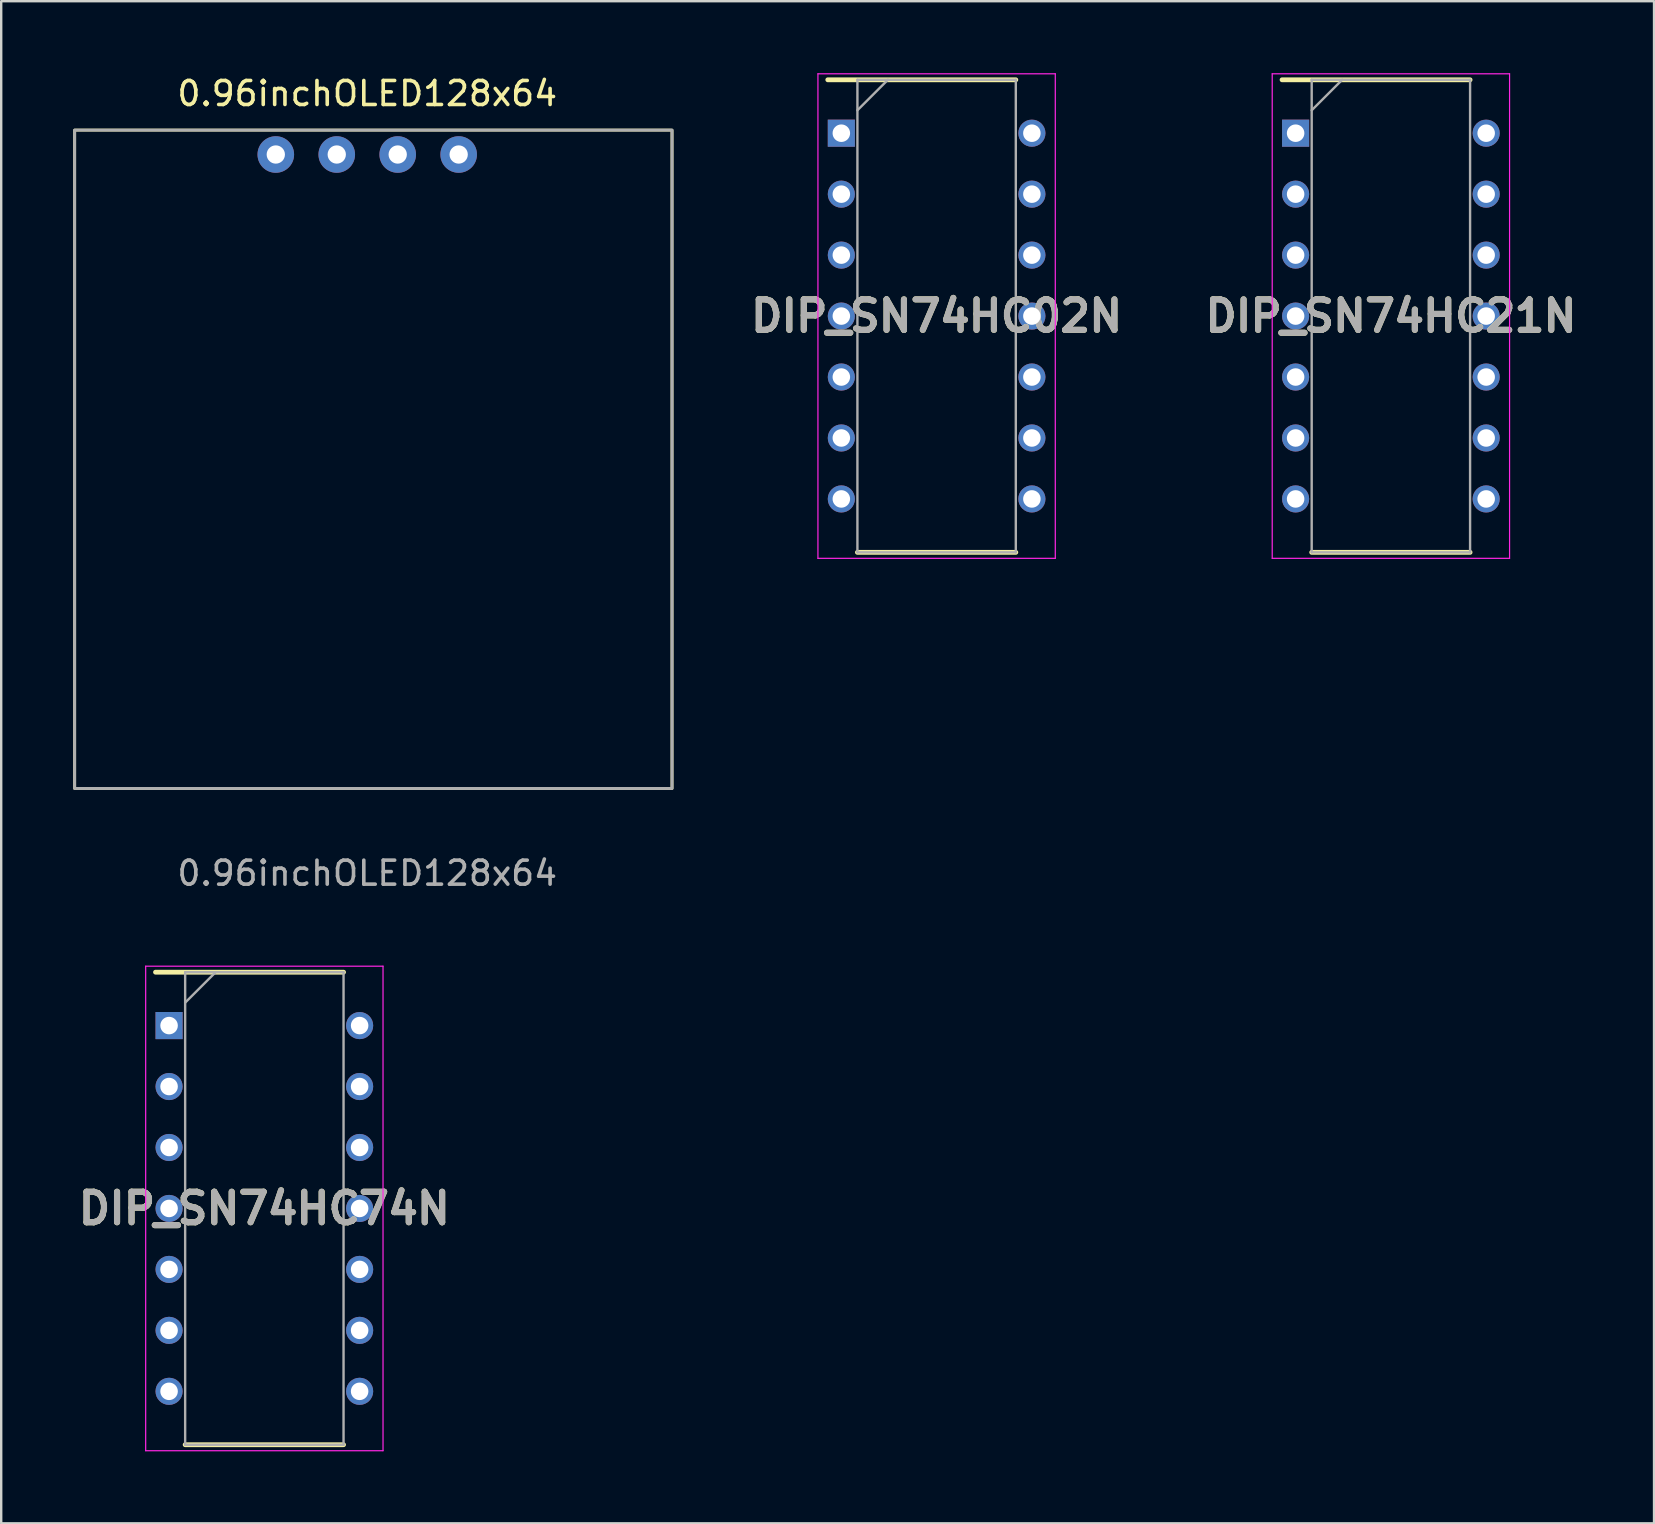
<source format=kicad_pcb>
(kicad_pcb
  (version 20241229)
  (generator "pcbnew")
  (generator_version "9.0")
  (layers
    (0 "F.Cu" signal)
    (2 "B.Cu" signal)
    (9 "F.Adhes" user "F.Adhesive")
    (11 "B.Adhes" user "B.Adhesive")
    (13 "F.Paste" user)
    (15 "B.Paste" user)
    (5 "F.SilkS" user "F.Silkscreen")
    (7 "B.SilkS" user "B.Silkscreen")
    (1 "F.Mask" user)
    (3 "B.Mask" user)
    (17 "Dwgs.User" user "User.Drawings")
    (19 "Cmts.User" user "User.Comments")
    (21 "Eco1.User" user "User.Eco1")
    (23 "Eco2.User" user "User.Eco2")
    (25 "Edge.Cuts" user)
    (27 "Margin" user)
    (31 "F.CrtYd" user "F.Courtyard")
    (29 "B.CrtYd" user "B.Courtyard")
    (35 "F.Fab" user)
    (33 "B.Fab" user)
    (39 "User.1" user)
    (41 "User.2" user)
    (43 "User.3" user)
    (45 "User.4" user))
  (footprint "DIP_SN74HC02N"
    (layer "F.Cu")
    (at 35.977 10.12)
    (property "Reference" "DIP_SN74HC02N" (at 0 0 0) (layer "F.SilkS") (effects (font (size 1.27 1.27) (thickness 0.254))))
    (attr through_hole)
    (fp_line (start -4.535 -9.845) (end 3.3 -9.845) (stroke (width 0.2) (type solid)) (layer "F.SilkS"))
    (fp_line (start -3.3 9.845) (end 3.3 9.845) (stroke (width 0.2) (type solid)) (layer "F.SilkS"))
    (fp_line (start -4.945 -10.095) (end 4.945 -10.095) (stroke (width 0.05) (type solid)) (layer "F.CrtYd"))
    (fp_line (start -4.945 10.095) (end -4.945 -10.095) (stroke (width 0.05) (type solid)) (layer "F.CrtYd"))
    (fp_line (start 4.945 -10.095) (end 4.945 10.095) (stroke (width 0.05) (type solid)) (layer "F.CrtYd"))
    (fp_line (start 4.945 10.095) (end -4.945 10.095) (stroke (width 0.05) (type solid)) (layer "F.CrtYd"))
    (fp_line (start -3.3 -9.845) (end 3.3 -9.845) (stroke (width 0.1) (type solid)) (layer "F.Fab"))
    (fp_line (start -3.3 -8.575) (end -2.03 -9.845) (stroke (width 0.1) (type solid)) (layer "F.Fab"))
    (fp_line (start -3.3 9.845) (end -3.3 -9.845) (stroke (width 0.1) (type solid)) (layer "F.Fab"))
    (fp_line (start 3.3 -9.845) (end 3.3 9.845) (stroke (width 0.1) (type solid)) (layer "F.Fab"))
    (fp_line (start 3.3 9.845) (end -3.3 9.845) (stroke (width 0.1) (type solid)) (layer "F.Fab"))
    (fp_text user "${REFERENCE}" (at 0 0 0) (layer "F.Fab") (effects (font (size 1.27 1.27) (thickness 0.254))))
    (pad "1" thru_hole rect (at -3.97 -7.62) (size 1.13 1.13) (drill 0.73) (layers "*.Cu" "*.Mask"))
    (pad "2" thru_hole circle (at -3.97 -5.08) (size 1.13 1.13) (drill 0.73) (layers "*.Cu" "*.Mask"))
    (pad "3" thru_hole circle (at -3.97 -2.54) (size 1.13 1.13) (drill 0.73) (layers "*.Cu" "*.Mask"))
    (pad "4" thru_hole circle (at -3.97 0) (size 1.13 1.13) (drill 0.73) (layers "*.Cu" "*.Mask"))
    (pad "5" thru_hole circle (at -3.97 2.54) (size 1.13 1.13) (drill 0.73) (layers "*.Cu" "*.Mask"))
    (pad "6" thru_hole circle (at -3.97 5.08) (size 1.13 1.13) (drill 0.73) (layers "*.Cu" "*.Mask"))
    (pad "7" thru_hole circle (at -3.97 7.62) (size 1.13 1.13) (drill 0.73) (layers "*.Cu" "*.Mask"))
    (pad "8" thru_hole circle (at 3.97 7.62) (size 1.13 1.13) (drill 0.73) (layers "*.Cu" "*.Mask"))
    (pad "9" thru_hole circle (at 3.97 5.08) (size 1.13 1.13) (drill 0.73) (layers "*.Cu" "*.Mask"))
    (pad "10" thru_hole circle (at 3.97 2.54) (size 1.13 1.13) (drill 0.73) (layers "*.Cu" "*.Mask"))
    (pad "11" thru_hole circle (at 3.97 0) (size 1.13 1.13) (drill 0.73) (layers "*.Cu" "*.Mask"))
    (pad "12" thru_hole circle (at 3.97 -2.54) (size 1.13 1.13) (drill 0.73) (layers "*.Cu" "*.Mask"))
    (pad "13" thru_hole circle (at 3.97 -5.08) (size 1.13 1.13) (drill 0.73) (layers "*.Cu" "*.Mask"))
    (pad "14" thru_hole circle (at 3.97 -7.62) (size 1.13 1.13) (drill 0.73) (layers "*.Cu" "*.Mask")))
  (footprint "0.96inchOLED128x64"
    (layer "F.Cu")
    (at 12.252 15.072)
    (property "Reference" "0.96inchOLED128x64" (at 0 -14.224 0) (unlocked yes) (layer "F.SilkS") (effects (font (size 1 1) (thickness 0.15))))
    (attr through_hole)
    (fp_rect (start 12.7 -12.7) (end -12.192 14.732) (stroke (width 0.12) (type solid)) (fill no) (layer "F.SilkS"))
    (fp_rect (start 12.7 -12.7) (end -12.192 14.732) (stroke (width 0.12) (type solid)) (fill no) (layer "F.Fab"))
    (fp_text user "${REFERENCE}" (at 0 18.264 0) (unlocked yes) (layer "F.Fab") (effects (font (size 1 1) (thickness 0.15))))
    (pad "1" thru_hole circle (at -3.81 -11.684) (size 1.524 1.524) (drill 0.762) (layers "*.Cu" "*.Mask"))
    (pad "2" thru_hole circle (at -1.27 -11.684) (size 1.524 1.524) (drill 0.762) (layers "*.Cu" "*.Mask"))
    (pad "3" thru_hole circle (at 1.27 -11.684) (size 1.524 1.524) (drill 0.762) (layers "*.Cu" "*.Mask"))
    (pad "4" thru_hole circle (at 3.81 -11.684) (size 1.524 1.524) (drill 0.762) (layers "*.Cu" "*.Mask")))
  (footprint "DIP_SN74HC21N"
    (layer "F.Cu")
    (at 54.906 10.12)
    (property "Reference" "DIP_SN74HC21N" (at 0 0 0) (layer "F.SilkS") (effects (font (size 1.27 1.27) (thickness 0.254))))
    (attr through_hole)
    (fp_line (start -4.535 -9.845) (end 3.3 -9.845) (stroke (width 0.2) (type solid)) (layer "F.SilkS"))
    (fp_line (start -3.3 9.845) (end 3.3 9.845) (stroke (width 0.2) (type solid)) (layer "F.SilkS"))
    (fp_line (start -4.945 -10.095) (end 4.945 -10.095) (stroke (width 0.05) (type solid)) (layer "F.CrtYd"))
    (fp_line (start -4.945 10.095) (end -4.945 -10.095) (stroke (width 0.05) (type solid)) (layer "F.CrtYd"))
    (fp_line (start 4.945 -10.095) (end 4.945 10.095) (stroke (width 0.05) (type solid)) (layer "F.CrtYd"))
    (fp_line (start 4.945 10.095) (end -4.945 10.095) (stroke (width 0.05) (type solid)) (layer "F.CrtYd"))
    (fp_line (start -3.3 -9.845) (end 3.3 -9.845) (stroke (width 0.1) (type solid)) (layer "F.Fab"))
    (fp_line (start -3.3 -8.575) (end -2.03 -9.845) (stroke (width 0.1) (type solid)) (layer "F.Fab"))
    (fp_line (start -3.3 9.845) (end -3.3 -9.845) (stroke (width 0.1) (type solid)) (layer "F.Fab"))
    (fp_line (start 3.3 -9.845) (end 3.3 9.845) (stroke (width 0.1) (type solid)) (layer "F.Fab"))
    (fp_line (start 3.3 9.845) (end -3.3 9.845) (stroke (width 0.1) (type solid)) (layer "F.Fab"))
    (fp_text user "${REFERENCE}" (at 0 0 0) (layer "F.Fab") (effects (font (size 1.27 1.27) (thickness 0.254))))
    (pad "1" thru_hole rect (at -3.97 -7.62) (size 1.13 1.13) (drill 0.73) (layers "*.Cu" "*.Mask"))
    (pad "2" thru_hole circle (at -3.97 -5.08) (size 1.13 1.13) (drill 0.73) (layers "*.Cu" "*.Mask"))
    (pad "3" thru_hole circle (at -3.97 -2.54) (size 1.13 1.13) (drill 0.73) (layers "*.Cu" "*.Mask"))
    (pad "4" thru_hole circle (at -3.97 0) (size 1.13 1.13) (drill 0.73) (layers "*.Cu" "*.Mask"))
    (pad "5" thru_hole circle (at -3.97 2.54) (size 1.13 1.13) (drill 0.73) (layers "*.Cu" "*.Mask"))
    (pad "6" thru_hole circle (at -3.97 5.08) (size 1.13 1.13) (drill 0.73) (layers "*.Cu" "*.Mask"))
    (pad "7" thru_hole circle (at -3.97 7.62) (size 1.13 1.13) (drill 0.73) (layers "*.Cu" "*.Mask"))
    (pad "8" thru_hole circle (at 3.97 7.62) (size 1.13 1.13) (drill 0.73) (layers "*.Cu" "*.Mask"))
    (pad "9" thru_hole circle (at 3.97 5.08) (size 1.13 1.13) (drill 0.73) (layers "*.Cu" "*.Mask"))
    (pad "10" thru_hole circle (at 3.97 2.54) (size 1.13 1.13) (drill 0.73) (layers "*.Cu" "*.Mask"))
    (pad "11" thru_hole circle (at 3.97 0) (size 1.13 1.13) (drill 0.73) (layers "*.Cu" "*.Mask"))
    (pad "12" thru_hole circle (at 3.97 -2.54) (size 1.13 1.13) (drill 0.73) (layers "*.Cu" "*.Mask"))
    (pad "13" thru_hole circle (at 3.97 -5.08) (size 1.13 1.13) (drill 0.73) (layers "*.Cu" "*.Mask"))
    (pad "14" thru_hole circle (at 3.97 -7.62) (size 1.13 1.13) (drill 0.73) (layers "*.Cu" "*.Mask")))
  (footprint "DIP_SN74HC74N"
    (layer "F.Cu")
    (at 7.965 47.304)
    (property "Reference" "DIP_SN74HC74N" (at 0 0 0) (layer "F.SilkS") (effects (font (size 1.27 1.27) (thickness 0.254))))
    (attr through_hole)
    (fp_line (start -4.535 -9.845) (end 3.3 -9.845) (stroke (width 0.2) (type solid)) (layer "F.SilkS"))
    (fp_line (start -3.3 9.845) (end 3.3 9.845) (stroke (width 0.2) (type solid)) (layer "F.SilkS"))
    (fp_line (start -4.945 -10.095) (end 4.945 -10.095) (stroke (width 0.05) (type solid)) (layer "F.CrtYd"))
    (fp_line (start -4.945 10.095) (end -4.945 -10.095) (stroke (width 0.05) (type solid)) (layer "F.CrtYd"))
    (fp_line (start 4.945 -10.095) (end 4.945 10.095) (stroke (width 0.05) (type solid)) (layer "F.CrtYd"))
    (fp_line (start 4.945 10.095) (end -4.945 10.095) (stroke (width 0.05) (type solid)) (layer "F.CrtYd"))
    (fp_line (start -3.3 -9.845) (end 3.3 -9.845) (stroke (width 0.1) (type solid)) (layer "F.Fab"))
    (fp_line (start -3.3 -8.575) (end -2.03 -9.845) (stroke (width 0.1) (type solid)) (layer "F.Fab"))
    (fp_line (start -3.3 9.845) (end -3.3 -9.845) (stroke (width 0.1) (type solid)) (layer "F.Fab"))
    (fp_line (start 3.3 -9.845) (end 3.3 9.845) (stroke (width 0.1) (type solid)) (layer "F.Fab"))
    (fp_line (start 3.3 9.845) (end -3.3 9.845) (stroke (width 0.1) (type solid)) (layer "F.Fab"))
    (fp_text user "${REFERENCE}" (at 0 0 0) (layer "F.Fab") (effects (font (size 1.27 1.27) (thickness 0.254))))
    (pad "1" thru_hole rect (at -3.97 -7.62) (size 1.13 1.13) (drill 0.73) (layers "*.Cu" "*.Mask"))
    (pad "2" thru_hole circle (at -3.97 -5.08) (size 1.13 1.13) (drill 0.73) (layers "*.Cu" "*.Mask"))
    (pad "3" thru_hole circle (at -3.97 -2.54) (size 1.13 1.13) (drill 0.73) (layers "*.Cu" "*.Mask"))
    (pad "4" thru_hole circle (at -3.97 0) (size 1.13 1.13) (drill 0.73) (layers "*.Cu" "*.Mask"))
    (pad "5" thru_hole circle (at -3.97 2.54) (size 1.13 1.13) (drill 0.73) (layers "*.Cu" "*.Mask"))
    (pad "6" thru_hole circle (at -3.97 5.08) (size 1.13 1.13) (drill 0.73) (layers "*.Cu" "*.Mask"))
    (pad "7" thru_hole circle (at -3.97 7.62) (size 1.13 1.13) (drill 0.73) (layers "*.Cu" "*.Mask"))
    (pad "8" thru_hole circle (at 3.97 7.62) (size 1.13 1.13) (drill 0.73) (layers "*.Cu" "*.Mask"))
    (pad "9" thru_hole circle (at 3.97 5.08) (size 1.13 1.13) (drill 0.73) (layers "*.Cu" "*.Mask"))
    (pad "10" thru_hole circle (at 3.97 2.54) (size 1.13 1.13) (drill 0.73) (layers "*.Cu" "*.Mask"))
    (pad "11" thru_hole circle (at 3.97 0) (size 1.13 1.13) (drill 0.73) (layers "*.Cu" "*.Mask"))
    (pad "12" thru_hole circle (at 3.97 -2.54) (size 1.13 1.13) (drill 0.73) (layers "*.Cu" "*.Mask"))
    (pad "13" thru_hole circle (at 3.97 -5.08) (size 1.13 1.13) (drill 0.73) (layers "*.Cu" "*.Mask"))
    (pad "14" thru_hole circle (at 3.97 -7.62) (size 1.13 1.13) (drill 0.73) (layers "*.Cu" "*.Mask")))
  (gr_rect
    (start -3 -3)
    (end 65.871 60.425)
    (stroke (width 0.1) (type default))
    (fill no)
    (layer "Edge.Cuts")))
</source>
